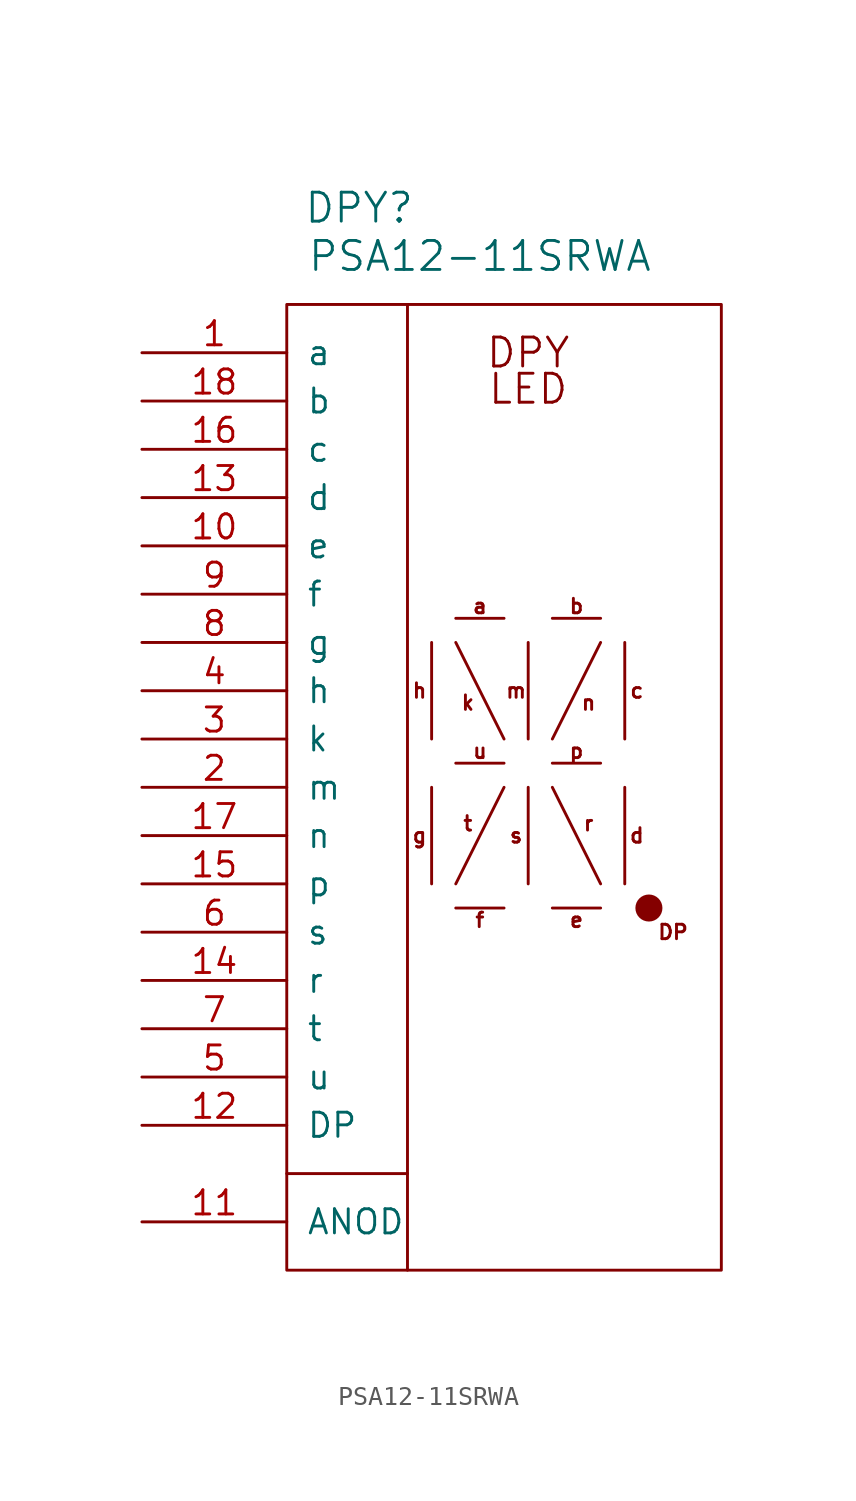
<source format=kicad_sym>
(kicad_symbol_lib
  (version 20211014)
  (generator kicad_symbol_editor)
  (symbol "PSA12-11SRWA"
    (pin_names
      (offset 1.016))
    (property "Reference" "DPY"
      (at -8.89 17.78 0)
      (effects (font (size 1.524 1.524))))
    (property "Value" "PSA12-11SRWA"
      (at -2.54 15.24 0)
      (effects (font (size 1.524 1.524))))
    (property "Footprint" ""
      (at 0 0 0)
      (effects (font (size 1.524 1.524))))
    (property "Datasheet" ""
      (at 0 0 0)
      (effects (font (size 1.524 1.524))))
    (symbol "PSA12-11SRWA_0_0"
      (rectangle (start -12.7 12.7) (end 10.16 -38.1) (stroke (width 0) (type default) (color 0 0 0 0)) (fill (type none)))
      (polyline (pts (xy -12.7 -33.02) (xy -6.35 -33.02)) (stroke (width 0) (type default) (color 0 0 0 0)) (fill (type none)))
      (polyline (pts (xy -6.35 -38.1) (xy -6.35 12.7)) (stroke (width 0) (type default) (color 0 0 0 0)) (fill (type none)))
      (polyline (pts (xy -5.08 -17.78) (xy -5.08 -12.7)) (stroke (width 0) (type default) (color 0 0 0 0)) (fill (type none)))
      (polyline (pts (xy -5.08 -10.16) (xy -5.08 -5.08)) (stroke (width 0) (type default) (color 0 0 0 0)) (fill (type none)))
      (polyline (pts (xy -3.81 -19.05) (xy -1.27 -19.05)) (stroke (width 0) (type default) (color 0 0 0 0)) (fill (type none)))
      (polyline (pts (xy -3.81 -17.78) (xy -1.27 -12.7)) (stroke (width 0) (type default) (color 0 0 0 0)) (fill (type none)))
      (polyline (pts (xy -3.81 -11.43) (xy -1.27 -11.43)) (stroke (width 0) (type default) (color 0 0 0 0)) (fill (type none)))
      (polyline (pts (xy -3.81 -3.81) (xy -1.27 -3.81)) (stroke (width 0) (type default) (color 0 0 0 0)) (fill (type none)))
      (polyline (pts (xy -1.27 -10.16) (xy -3.81 -5.08)) (stroke (width 0) (type default) (color 0 0 0 0)) (fill (type none)))
      (polyline (pts (xy 0 -17.78) (xy 0 -12.7)) (stroke (width 0) (type default) (color 0 0 0 0)) (fill (type none)))
      (polyline (pts (xy 0 -10.16) (xy 0 -5.08)) (stroke (width 0) (type default) (color 0 0 0 0)) (fill (type none)))
      (polyline (pts (xy 1.27 -19.05) (xy 3.81 -19.05)) (stroke (width 0) (type default) (color 0 0 0 0)) (fill (type none)))
      (polyline (pts (xy 1.27 -12.7) (xy 3.81 -17.78)) (stroke (width 0) (type default) (color 0 0 0 0)) (fill (type none)))
      (polyline (pts (xy 1.27 -11.43) (xy 3.81 -11.43)) (stroke (width 0) (type default) (color 0 0 0 0)) (fill (type none)))
      (polyline (pts (xy 1.27 -10.16) (xy 3.81 -5.08)) (stroke (width 0) (type default) (color 0 0 0 0)) (fill (type none)))
      (polyline (pts (xy 1.27 -3.81) (xy 3.81 -3.81)) (stroke (width 0) (type default) (color 0 0 0 0)) (fill (type none)))
      (polyline (pts (xy 5.08 -17.78) (xy 5.08 -12.7)) (stroke (width 0) (type default) (color 0 0 0 0)) (fill (type none)))
      (polyline (pts (xy 5.08 -5.08) (xy 5.08 -10.16)) (stroke (width 0) (type default) (color 0 0 0 0)) (fill (type none)))
      (circle (center 6.35 -19.05) (radius 0.635) (stroke (width 0) (type default) (color 0 0 0 0)) (fill (type outline)))
      (text "a" (at -2.54 -3.175 0) (effects (font (size 0.762 0.762))))
      (text "b" (at 2.54 -3.175 0) (effects (font (size 0.762 0.762))))
      (text "c" (at 5.715 -7.62 0) (effects (font (size 0.762 0.762))))
      (text "d" (at 5.715 -15.24 0) (effects (font (size 0.762 0.762))))
      (text "DP" (at 7.62 -20.32 0) (effects (font (size 0.762 0.762))))
      (text "DPY" (at 0 10.16 0) (effects (font (size 1.524 1.524))))
      (text "e" (at 2.54 -19.685 0) (effects (font (size 0.762 0.762))))
      (text "f" (at -2.54 -19.685 0) (effects (font (size 0.762 0.762))))
      (text "g" (at -5.715 -15.24 0) (effects (font (size 0.762 0.762))))
      (text "h" (at -5.715 -7.62 0) (effects (font (size 0.762 0.762))))
      (text "k" (at -3.175 -8.255 0) (effects (font (size 0.762 0.762))))
      (text "LED" (at 0 8.255 0) (effects (font (size 1.524 1.524))))
      (text "m" (at -0.635 -7.62 0) (effects (font (size 0.762 0.762))))
      (text "n" (at 3.175 -8.255 0) (effects (font (size 0.762 0.762))))
      (text "p" (at 2.54 -10.795 0) (effects (font (size 0.762 0.762))))
      (text "r" (at 3.175 -14.605 0) (effects (font (size 0.762 0.762))))
      (text "s" (at -0.635 -15.24 0) (effects (font (size 0.762 0.762))))
      (text "t" (at -3.175 -14.605 0) (effects (font (size 0.762 0.762))))
      (text "u" (at -2.54 -10.795 0) (effects (font (size 0.762 0.762)))))
    (symbol "PSA12-11SRWA_1_1"
      (pin passive line (at -20.32 10.16 0) (length 7.62) (name "a" (effects (font (size 1.27 1.27)))) (number "1" (effects (font (size 1.27 1.27)))))
      (pin passive line (at -20.32 0 0) (length 7.62) (name "e" (effects (font (size 1.27 1.27)))) (number "10" (effects (font (size 1.27 1.27)))))
      (pin passive line (at -20.32 -35.56 0) (length 7.62) (name "ANOD" (effects (font (size 1.27 1.27)))) (number "11" (effects (font (size 1.27 1.27)))))
      (pin passive line (at -20.32 -30.48 0) (length 7.62) (name "DP" (effects (font (size 1.27 1.27)))) (number "12" (effects (font (size 1.27 1.27)))))
      (pin passive line (at -20.32 2.54 0) (length 7.62) (name "d" (effects (font (size 1.27 1.27)))) (number "13" (effects (font (size 1.27 1.27)))))
      (pin passive line (at -20.32 -22.86 0) (length 7.62) (name "r" (effects (font (size 1.27 1.27)))) (number "14" (effects (font (size 1.27 1.27)))))
      (pin passive line (at -20.32 -17.78 0) (length 7.62) (name "p" (effects (font (size 1.27 1.27)))) (number "15" (effects (font (size 1.27 1.27)))))
      (pin passive line (at -20.32 5.08 0) (length 7.62) (name "c" (effects (font (size 1.27 1.27)))) (number "16" (effects (font (size 1.27 1.27)))))
      (pin passive line (at -20.32 -15.24 0) (length 7.62) (name "n" (effects (font (size 1.27 1.27)))) (number "17" (effects (font (size 1.27 1.27)))))
      (pin passive line (at -20.32 7.62 0) (length 7.62) (name "b" (effects (font (size 1.27 1.27)))) (number "18" (effects (font (size 1.27 1.27)))))
      (pin passive line (at -20.32 -12.7 0) (length 7.62) (name "m" (effects (font (size 1.27 1.27)))) (number "2" (effects (font (size 1.27 1.27)))))
      (pin passive line (at -20.32 -10.16 0) (length 7.62) (name "k" (effects (font (size 1.27 1.27)))) (number "3" (effects (font (size 1.27 1.27)))))
      (pin passive line (at -20.32 -7.62 0) (length 7.62) (name "h" (effects (font (size 1.27 1.27)))) (number "4" (effects (font (size 1.27 1.27)))))
      (pin passive line (at -20.32 -27.94 0) (length 7.62) (name "u" (effects (font (size 1.27 1.27)))) (number "5" (effects (font (size 1.27 1.27)))))
      (pin passive line (at -20.32 -20.32 0) (length 7.62) (name "s" (effects (font (size 1.27 1.27)))) (number "6" (effects (font (size 1.27 1.27)))))
      (pin passive line (at -20.32 -25.4 0) (length 7.62) (name "t" (effects (font (size 1.27 1.27)))) (number "7" (effects (font (size 1.27 1.27)))))
      (pin passive line (at -20.32 -5.08 0) (length 7.62) (name "g" (effects (font (size 1.27 1.27)))) (number "8" (effects (font (size 1.27 1.27)))))
      (pin passive line (at -20.32 -2.54 0) (length 7.62) (name "f" (effects (font (size 1.27 1.27)))) (number "9" (effects (font (size 1.27 1.27))))))))
</source>
